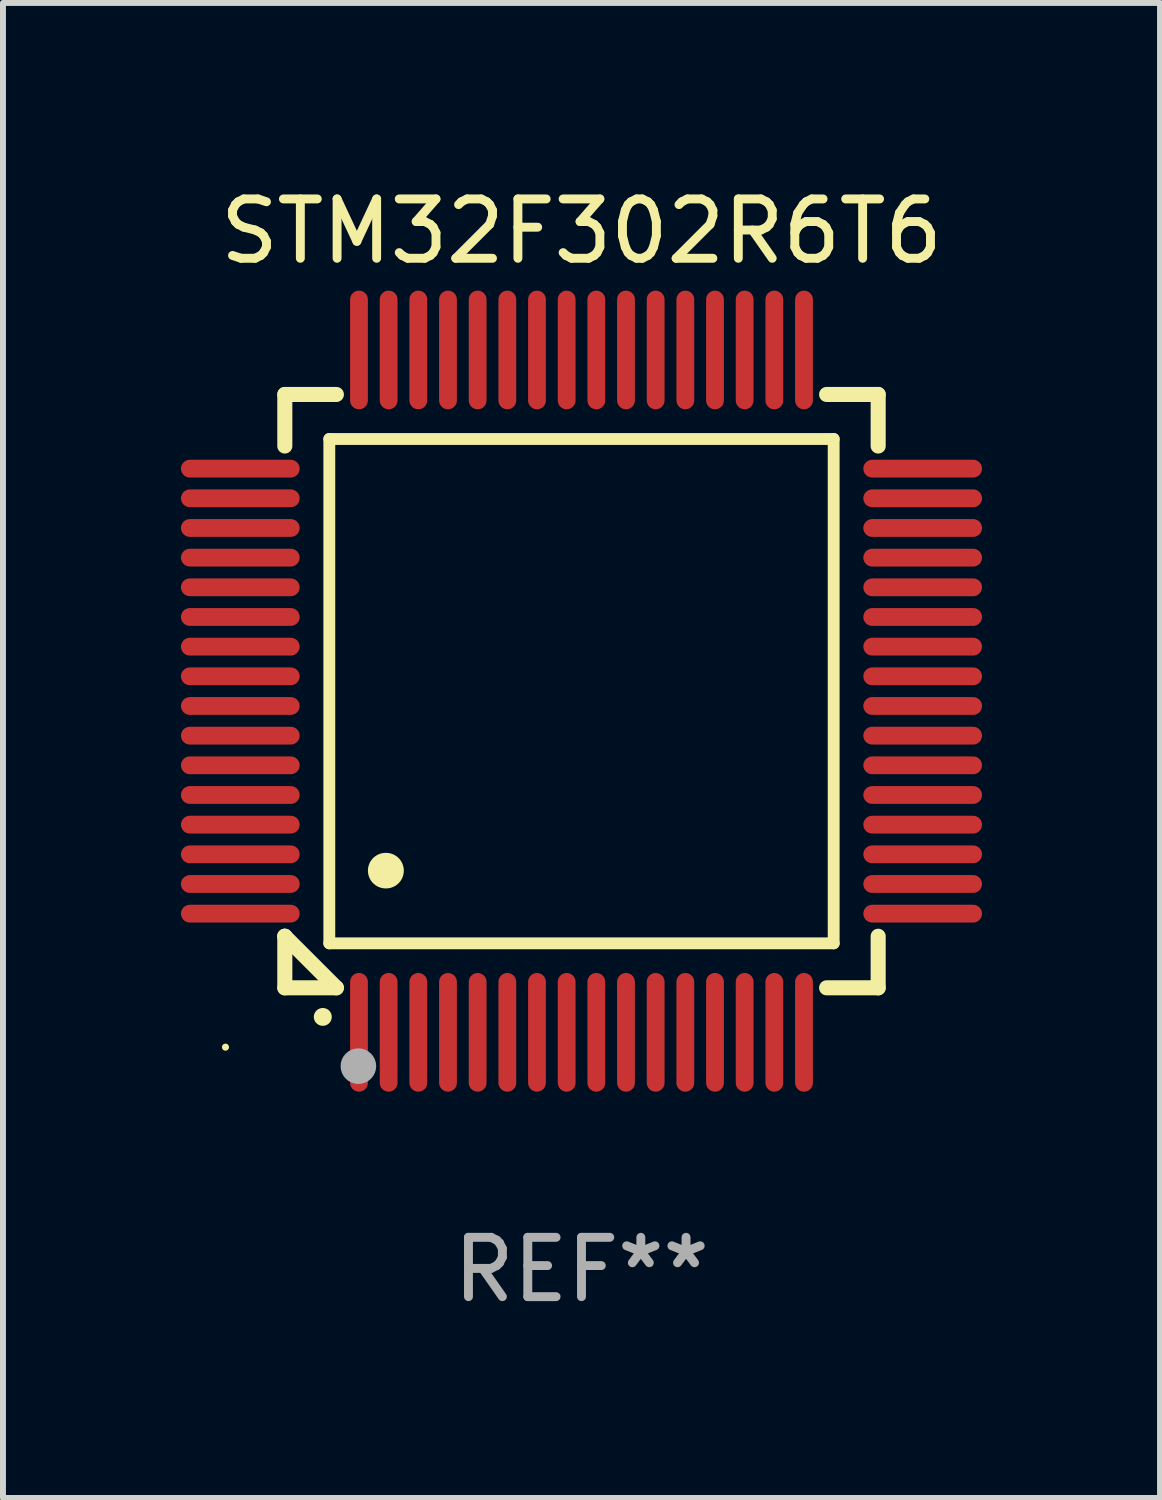
<source format=kicad_pcb>
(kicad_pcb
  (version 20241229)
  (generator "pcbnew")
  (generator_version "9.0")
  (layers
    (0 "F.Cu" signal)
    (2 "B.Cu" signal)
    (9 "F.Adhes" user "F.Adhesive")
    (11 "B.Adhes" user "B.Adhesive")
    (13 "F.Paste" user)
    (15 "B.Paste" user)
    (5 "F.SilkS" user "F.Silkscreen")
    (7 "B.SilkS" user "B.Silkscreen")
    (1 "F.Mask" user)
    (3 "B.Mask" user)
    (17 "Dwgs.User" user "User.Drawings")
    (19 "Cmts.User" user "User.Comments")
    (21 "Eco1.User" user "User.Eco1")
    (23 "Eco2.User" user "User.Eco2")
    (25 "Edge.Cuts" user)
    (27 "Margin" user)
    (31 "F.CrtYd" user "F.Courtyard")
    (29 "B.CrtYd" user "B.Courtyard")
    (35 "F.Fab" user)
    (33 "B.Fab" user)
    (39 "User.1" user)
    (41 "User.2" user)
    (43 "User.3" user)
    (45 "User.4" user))
  (footprint "STM32F302R6T6"
    (layer "F.Cu")
    (at 6.75 8.598)
    (property "Reference" "STM32F302R6T6" (at 0 -7.75 0) (layer "F.SilkS") (effects (font (size 1 1) (thickness 0.15))))
    (attr through_hole)
    (fp_line (start -5 -5) (end -4.131 -5) (stroke (width 0.254) (type solid)) (layer "F.SilkS"))
    (fp_line (start -5 -4.131) (end -5 -5) (stroke (width 0.254) (type solid)) (layer "F.SilkS"))
    (fp_line (start -5 4.131) (end -5 4.131) (stroke (width 0.254) (type solid)) (layer "F.SilkS"))
    (fp_line (start -5 5) (end -5 4.131) (stroke (width 0.254) (type solid)) (layer "F.SilkS"))
    (fp_line (start -5 4.131) (end -4.131 5) (stroke (width 0.254) (type solid)) (layer "F.SilkS"))
    (fp_line (start -4.25 -4.25) (end -4.25 4.25) (stroke (width 0.2) (type solid)) (layer "F.SilkS"))
    (fp_line (start -4.25 4.25) (end 4.25 4.25) (stroke (width 0.2) (type solid)) (layer "F.SilkS"))
    (fp_line (start -4.131 5) (end -5 5) (stroke (width 0.254) (type solid)) (layer "F.SilkS"))
    (fp_line (start 4.25 -4.25) (end -4.25 -4.25) (stroke (width 0.2) (type solid)) (layer "F.SilkS"))
    (fp_line (start 4.25 4.25) (end 4.25 -4.25) (stroke (width 0.2) (type solid)) (layer "F.SilkS"))
    (fp_line (start 5 -5) (end 4.131 -5) (stroke (width 0.254) (type solid)) (layer "F.SilkS"))
    (fp_line (start 5 -5) (end 5 -4.131) (stroke (width 0.254) (type solid)) (layer "F.SilkS"))
    (fp_line (start 5 4.131) (end 5 5) (stroke (width 0.254) (type solid)) (layer "F.SilkS"))
    (fp_line (start 5 5) (end 4.131 5) (stroke (width 0.254) (type solid)) (layer "F.SilkS"))
    (fp_arc (start -4.361265 5.489992) (mid -4.359995 5.489987) (end -4.358725 5.489992) (stroke (width 0.3) (type solid)) (layer "F.SilkS"))
    (fp_arc (start -3.299467 3.025146) (mid -3.296927 3.025135) (end -3.294387 3.025146) (stroke (width 0.6) (type solid)) (layer "F.SilkS"))
    (fp_circle (center -6 6) (end -5.97 6) (stroke (width 0.06) (type solid)) (fill no) (layer "F.SilkS"))
    (fp_circle (center -3.76 6.32) (end -3.61 6.32) (stroke (width 0.3) (type solid)) (fill no) (layer "F.Fab"))
    (fp_text user "REF**" (at 0 9.75 0) (layer "F.Fab") (effects (font (size 1 1) (thickness 0.15))))
    (pad "1" smd oval (at -3.75 5.75) (size 0.3 2) (layers "F.Cu" "F.Mask" "F.Paste"))
    (pad "2" smd oval (at -3.25 5.75) (size 0.3 2) (layers "F.Cu" "F.Mask" "F.Paste"))
    (pad "3" smd oval (at -2.75 5.75) (size 0.3 2) (layers "F.Cu" "F.Mask" "F.Paste"))
    (pad "4" smd oval (at -2.25 5.75) (size 0.3 2) (layers "F.Cu" "F.Mask" "F.Paste"))
    (pad "5" smd oval (at -1.75 5.75) (size 0.3 2) (layers "F.Cu" "F.Mask" "F.Paste"))
    (pad "6" smd oval (at -1.25 5.75) (size 0.3 2) (layers "F.Cu" "F.Mask" "F.Paste"))
    (pad "7" smd oval (at -0.75 5.75) (size 0.3 2) (layers "F.Cu" "F.Mask" "F.Paste"))
    (pad "8" smd oval (at -0.25 5.75) (size 0.3 2) (layers "F.Cu" "F.Mask" "F.Paste"))
    (pad "9" smd oval (at 0.25 5.75) (size 0.3 2) (layers "F.Cu" "F.Mask" "F.Paste"))
    (pad "10" smd oval (at 0.75 5.75) (size 0.3 2) (layers "F.Cu" "F.Mask" "F.Paste"))
    (pad "11" smd oval (at 1.25 5.75) (size 0.3 2) (layers "F.Cu" "F.Mask" "F.Paste"))
    (pad "12" smd oval (at 1.75 5.75) (size 0.3 2) (layers "F.Cu" "F.Mask" "F.Paste"))
    (pad "13" smd oval (at 2.25 5.75) (size 0.3 2) (layers "F.Cu" "F.Mask" "F.Paste"))
    (pad "14" smd oval (at 2.75 5.75) (size 0.3 2) (layers "F.Cu" "F.Mask" "F.Paste"))
    (pad "15" smd oval (at 3.25 5.75) (size 0.3 2) (layers "F.Cu" "F.Mask" "F.Paste"))
    (pad "16" smd oval (at 3.75 5.75) (size 0.3 2) (layers "F.Cu" "F.Mask" "F.Paste"))
    (pad "17" smd oval (at 5.75 3.75) (size 2 0.3) (layers "F.Cu" "F.Mask" "F.Paste"))
    (pad "18" smd oval (at 5.75 3.25) (size 2 0.3) (layers "F.Cu" "F.Mask" "F.Paste"))
    (pad "19" smd oval (at 5.75 2.75) (size 2 0.3) (layers "F.Cu" "F.Mask" "F.Paste"))
    (pad "20" smd oval (at 5.75 2.25) (size 2 0.3) (layers "F.Cu" "F.Mask" "F.Paste"))
    (pad "21" smd oval (at 5.75 1.75) (size 2 0.3) (layers "F.Cu" "F.Mask" "F.Paste"))
    (pad "22" smd oval (at 5.75 1.25) (size 2 0.3) (layers "F.Cu" "F.Mask" "F.Paste"))
    (pad "23" smd oval (at 5.75 0.75) (size 2 0.3) (layers "F.Cu" "F.Mask" "F.Paste"))
    (pad "24" smd oval (at 5.75 0.25) (size 2 0.3) (layers "F.Cu" "F.Mask" "F.Paste"))
    (pad "25" smd oval (at 5.75 -0.25) (size 2 0.3) (layers "F.Cu" "F.Mask" "F.Paste"))
    (pad "26" smd oval (at 5.75 -0.75) (size 2 0.3) (layers "F.Cu" "F.Mask" "F.Paste"))
    (pad "27" smd oval (at 5.75 -1.25) (size 2 0.3) (layers "F.Cu" "F.Mask" "F.Paste"))
    (pad "28" smd oval (at 5.75 -1.75) (size 2 0.3) (layers "F.Cu" "F.Mask" "F.Paste"))
    (pad "29" smd oval (at 5.75 -2.25) (size 2 0.3) (layers "F.Cu" "F.Mask" "F.Paste"))
    (pad "30" smd oval (at 5.75 -2.75) (size 2 0.3) (layers "F.Cu" "F.Mask" "F.Paste"))
    (pad "31" smd oval (at 5.75 -3.25) (size 2 0.3) (layers "F.Cu" "F.Mask" "F.Paste"))
    (pad "32" smd oval (at 5.75 -3.75) (size 2 0.3) (layers "F.Cu" "F.Mask" "F.Paste"))
    (pad "33" smd oval (at 3.75 -5.75) (size 0.3 2) (layers "F.Cu" "F.Mask" "F.Paste"))
    (pad "34" smd oval (at 3.25 -5.75) (size 0.3 2) (layers "F.Cu" "F.Mask" "F.Paste"))
    (pad "35" smd oval (at 2.75 -5.75) (size 0.3 2) (layers "F.Cu" "F.Mask" "F.Paste"))
    (pad "36" smd oval (at 2.25 -5.75) (size 0.3 2) (layers "F.Cu" "F.Mask" "F.Paste"))
    (pad "37" smd oval (at 1.75 -5.75) (size 0.3 2) (layers "F.Cu" "F.Mask" "F.Paste"))
    (pad "38" smd oval (at 1.25 -5.75) (size 0.3 2) (layers "F.Cu" "F.Mask" "F.Paste"))
    (pad "39" smd oval (at 0.75 -5.75) (size 0.3 2) (layers "F.Cu" "F.Mask" "F.Paste"))
    (pad "40" smd oval (at 0.25 -5.75) (size 0.3 2) (layers "F.Cu" "F.Mask" "F.Paste"))
    (pad "41" smd oval (at -0.25 -5.75) (size 0.3 2) (layers "F.Cu" "F.Mask" "F.Paste"))
    (pad "42" smd oval (at -0.75 -5.75) (size 0.3 2) (layers "F.Cu" "F.Mask" "F.Paste"))
    (pad "43" smd oval (at -1.25 -5.75) (size 0.3 2) (layers "F.Cu" "F.Mask" "F.Paste"))
    (pad "44" smd oval (at -1.75 -5.75) (size 0.3 2) (layers "F.Cu" "F.Mask" "F.Paste"))
    (pad "45" smd oval (at -2.25 -5.75) (size 0.3 2) (layers "F.Cu" "F.Mask" "F.Paste"))
    (pad "46" smd oval (at -2.75 -5.75) (size 0.3 2) (layers "F.Cu" "F.Mask" "F.Paste"))
    (pad "47" smd oval (at -3.25 -5.75) (size 0.3 2) (layers "F.Cu" "F.Mask" "F.Paste"))
    (pad "48" smd oval (at -3.75 -5.75) (size 0.3 2) (layers "F.Cu" "F.Mask" "F.Paste"))
    (pad "49" smd oval (at -5.75 -3.75) (size 2 0.3) (layers "F.Cu" "F.Mask" "F.Paste"))
    (pad "50" smd oval (at -5.75 -3.25) (size 2 0.3) (layers "F.Cu" "F.Mask" "F.Paste"))
    (pad "51" smd oval (at -5.75 -2.75) (size 2 0.3) (layers "F.Cu" "F.Mask" "F.Paste"))
    (pad "52" smd oval (at -5.75 -2.25) (size 2 0.3) (layers "F.Cu" "F.Mask" "F.Paste"))
    (pad "53" smd oval (at -5.75 -1.75) (size 2 0.3) (layers "F.Cu" "F.Mask" "F.Paste"))
    (pad "54" smd oval (at -5.75 -1.25) (size 2 0.3) (layers "F.Cu" "F.Mask" "F.Paste"))
    (pad "55" smd oval (at -5.75 -0.75) (size 2 0.3) (layers "F.Cu" "F.Mask" "F.Paste"))
    (pad "56" smd oval (at -5.75 -0.25) (size 2 0.3) (layers "F.Cu" "F.Mask" "F.Paste"))
    (pad "57" smd oval (at -5.75 0.25) (size 2 0.3) (layers "F.Cu" "F.Mask" "F.Paste"))
    (pad "58" smd oval (at -5.75 0.75) (size 2 0.3) (layers "F.Cu" "F.Mask" "F.Paste"))
    (pad "59" smd oval (at -5.75 1.25) (size 2 0.3) (layers "F.Cu" "F.Mask" "F.Paste"))
    (pad "60" smd oval (at -5.75 1.75) (size 2 0.3) (layers "F.Cu" "F.Mask" "F.Paste"))
    (pad "61" smd oval (at -5.75 2.25) (size 2 0.3) (layers "F.Cu" "F.Mask" "F.Paste"))
    (pad "62" smd oval (at -5.75 2.75) (size 2 0.3) (layers "F.Cu" "F.Mask" "F.Paste"))
    (pad "63" smd oval (at -5.75 3.25) (size 2 0.3) (layers "F.Cu" "F.Mask" "F.Paste"))
    (pad "64" smd oval (at -5.75 3.75) (size 2 0.3) (layers "F.Cu" "F.Mask" "F.Paste")))
  (gr_rect
    (start -3 -3)
    (end 16.5 22.196)
    (stroke (width 0.1) (type default))
    (fill no)
    (layer "Edge.Cuts")))
</source>
